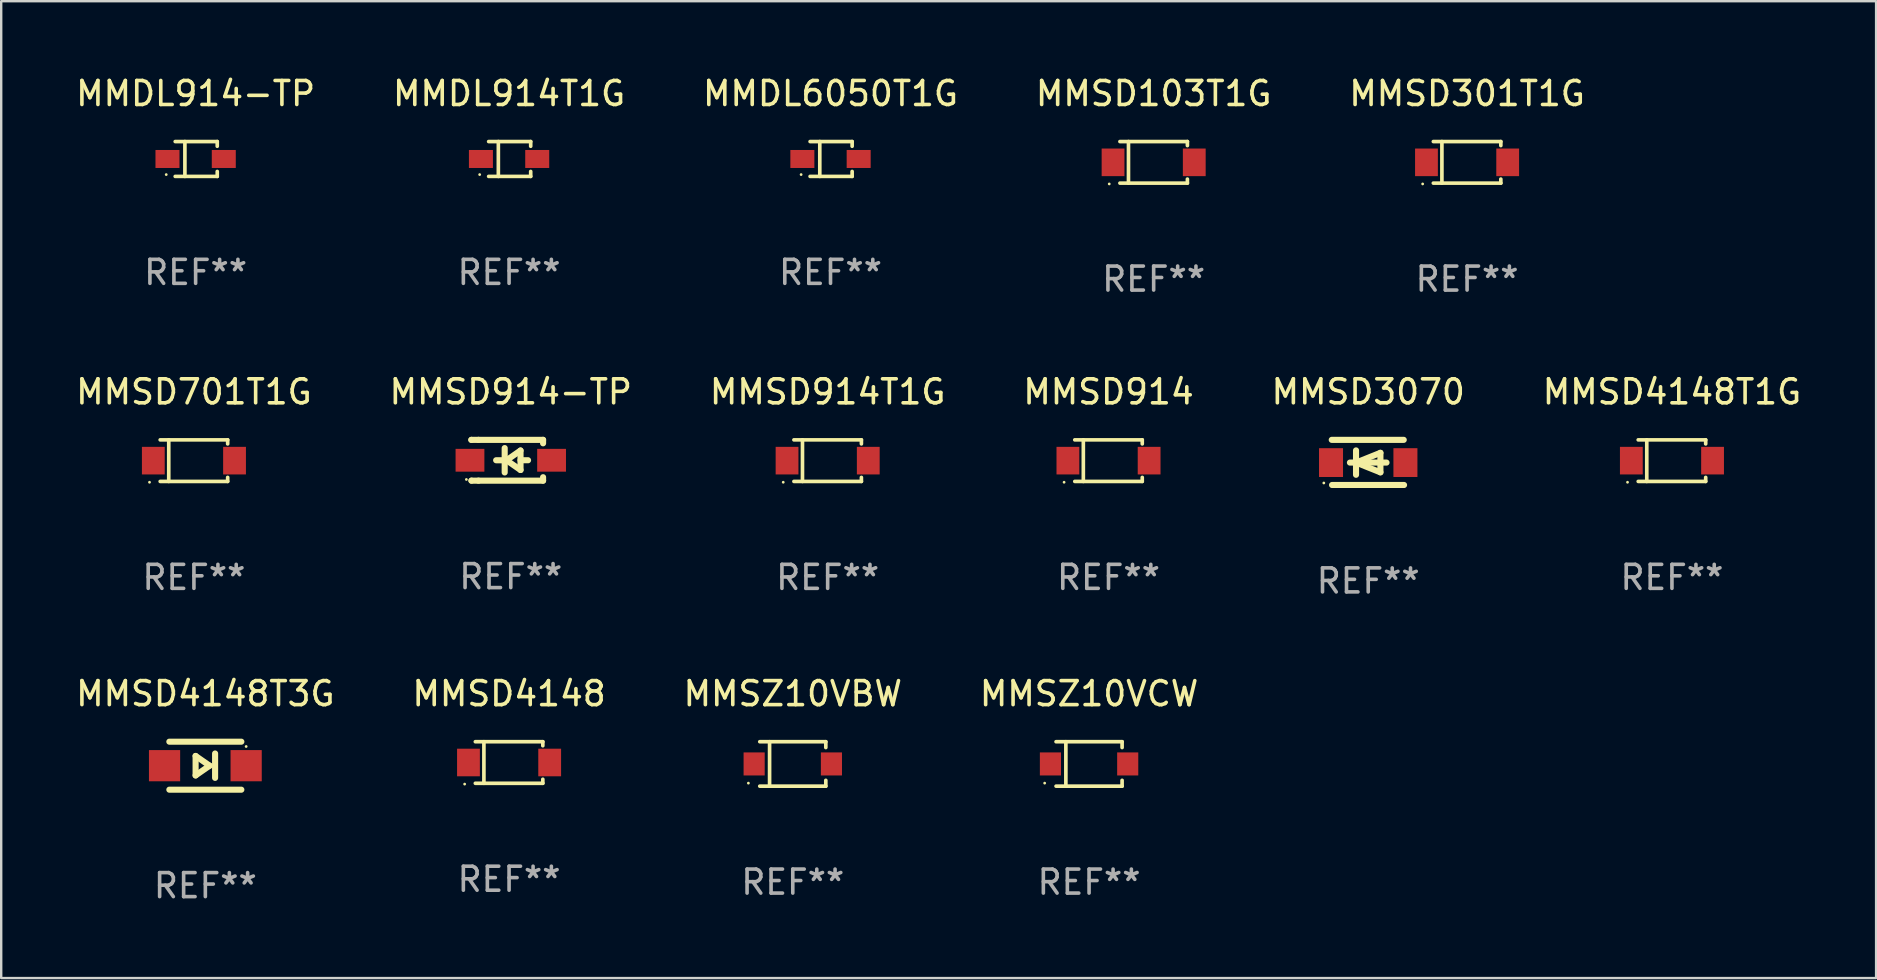
<source format=kicad_pcb>
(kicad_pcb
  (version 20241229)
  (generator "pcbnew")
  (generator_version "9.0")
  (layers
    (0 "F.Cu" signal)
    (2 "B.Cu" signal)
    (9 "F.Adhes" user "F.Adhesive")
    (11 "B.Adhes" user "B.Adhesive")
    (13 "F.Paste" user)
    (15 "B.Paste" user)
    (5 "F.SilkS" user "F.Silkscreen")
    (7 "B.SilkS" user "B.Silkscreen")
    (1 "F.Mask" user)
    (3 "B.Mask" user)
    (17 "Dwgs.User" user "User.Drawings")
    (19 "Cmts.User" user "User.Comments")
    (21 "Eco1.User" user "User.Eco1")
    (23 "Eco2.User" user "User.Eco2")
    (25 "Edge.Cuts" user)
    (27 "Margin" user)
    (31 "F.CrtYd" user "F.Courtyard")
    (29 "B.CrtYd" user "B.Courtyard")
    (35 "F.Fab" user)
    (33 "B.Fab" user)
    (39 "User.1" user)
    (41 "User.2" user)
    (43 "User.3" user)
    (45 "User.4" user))
  (footprint "MMDL914-TP"
    (layer "F.Cu")
    (at 5.101 3.574)
    (property "Reference" "MMDL914-TP" (at 0 -2.726 0) (layer "F.SilkS") (effects (font (size 1 1) (thickness 0.15))))
    (attr through_hole)
    (fp_line (start -0.851 -0.726) (end 0.901 -0.726) (stroke (width 0.152) (type solid)) (layer "F.SilkS"))
    (fp_line (start -0.851 0.726) (end 0.901 0.726) (stroke (width 0.152) (type solid)) (layer "F.SilkS"))
    (fp_line (start -0.447 -0.726) (end -0.447 0.726) (stroke (width 0.152) (type solid)) (layer "F.SilkS"))
    (fp_line (start 0.901 -0.726) (end 0.901 -0.53) (stroke (width 0.152) (type solid)) (layer "F.SilkS"))
    (fp_line (start 0.901 0.726) (end 0.901 0.52) (stroke (width 0.152) (type solid)) (layer "F.SilkS"))
    (fp_circle (center -1.225 0.65) (end -1.195 0.65) (stroke (width 0.06) (type solid)) (fill no) (layer "F.SilkS"))
    (fp_text user "REF**" (at 0 4.726 0) (layer "F.Fab") (effects (font (size 1 1) (thickness 0.15))))
    (pad "1" smd rect (at -1.173 0) (size 1 0.75) (layers "F.Cu" "F.Mask" "F.Paste"))
    (pad "2" smd rect (at 1.173 0) (size 1 0.75) (layers "F.Cu" "F.Mask" "F.Paste")))
  (footprint "MMSD701T1G"
    (layer "F.Cu")
    (at 5.03 16.143)
    (property "Reference" "MMSD701T1G" (at 0 -2.866 0) (layer "F.SilkS") (effects (font (size 1 1) (thickness 0.15))))
    (attr through_hole)
    (fp_line (start -1.406 -0.866) (end 1.406 -0.866) (stroke (width 0.152) (type solid)) (layer "F.SilkS"))
    (fp_line (start -1.406 0.866) (end 1.406 0.866) (stroke (width 0.152) (type solid)) (layer "F.SilkS"))
    (fp_line (start -1.049 -0.866) (end -1.049 0.866) (stroke (width 0.152) (type solid)) (layer "F.SilkS"))
    (fp_line (start 1.406 -0.866) (end 1.406 -0.698) (stroke (width 0.152) (type solid)) (layer "F.SilkS"))
    (fp_line (start 1.406 0.866) (end 1.406 0.698) (stroke (width 0.152) (type solid)) (layer "F.SilkS"))
    (fp_circle (center -1.851 0.9) (end -1.821 0.9) (stroke (width 0.06) (type solid)) (fill no) (layer "F.SilkS"))
    (fp_text user "REF**" (at 0 4.866 0) (layer "F.Fab") (effects (font (size 1 1) (thickness 0.15))))
    (pad "1" smd rect (at -1.692 0) (size 0.95 1.15) (layers "F.Cu" "F.Mask" "F.Paste"))
    (pad "2" smd rect (at 1.692 0) (size 0.95 1.15) (layers "F.Cu" "F.Mask" "F.Paste")))
  (footprint "MMSD4148"
    (layer "F.Cu")
    (at 18.161 28.72)
    (property "Reference" "MMSD4148" (at 0 -2.866 0) (layer "F.SilkS") (effects (font (size 1 1) (thickness 0.15))))
    (attr through_hole)
    (fp_line (start -1.406 -0.866) (end 1.406 -0.866) (stroke (width 0.152) (type solid)) (layer "F.SilkS"))
    (fp_line (start -1.406 0.866) (end 1.406 0.866) (stroke (width 0.152) (type solid)) (layer "F.SilkS"))
    (fp_line (start -1.049 -0.866) (end -1.049 0.866) (stroke (width 0.152) (type solid)) (layer "F.SilkS"))
    (fp_line (start 1.406 -0.866) (end 1.406 -0.698) (stroke (width 0.152) (type solid)) (layer "F.SilkS"))
    (fp_line (start 1.406 0.866) (end 1.406 0.698) (stroke (width 0.152) (type solid)) (layer "F.SilkS"))
    (fp_circle (center -1.851 0.9) (end -1.821 0.9) (stroke (width 0.06) (type solid)) (fill no) (layer "F.SilkS"))
    (fp_text user "REF**" (at 0 4.866 0) (layer "F.Fab") (effects (font (size 1 1) (thickness 0.15))))
    (pad "1" smd rect (at -1.692 0) (size 0.95 1.15) (layers "F.Cu" "F.Mask" "F.Paste"))
    (pad "2" smd rect (at 1.692 0) (size 0.95 1.15) (layers "F.Cu" "F.Mask" "F.Paste")))
  (footprint "MMSD301T1G"
    (layer "F.Cu")
    (at 58.077 3.714)
    (property "Reference" "MMSD301T1G" (at 0 -2.866 0) (layer "F.SilkS") (effects (font (size 1 1) (thickness 0.15))))
    (attr through_hole)
    (fp_line (start -1.406 -0.866) (end 1.406 -0.866) (stroke (width 0.152) (type solid)) (layer "F.SilkS"))
    (fp_line (start -1.406 0.866) (end 1.406 0.866) (stroke (width 0.152) (type solid)) (layer "F.SilkS"))
    (fp_line (start -1.049 -0.866) (end -1.049 0.866) (stroke (width 0.152) (type solid)) (layer "F.SilkS"))
    (fp_line (start 1.406 -0.866) (end 1.406 -0.698) (stroke (width 0.152) (type solid)) (layer "F.SilkS"))
    (fp_line (start 1.406 0.866) (end 1.406 0.698) (stroke (width 0.152) (type solid)) (layer "F.SilkS"))
    (fp_circle (center -1.851 0.9) (end -1.821 0.9) (stroke (width 0.06) (type solid)) (fill no) (layer "F.SilkS"))
    (fp_text user "REF**" (at 0 4.866 0) (layer "F.Fab") (effects (font (size 1 1) (thickness 0.15))))
    (pad "1" smd rect (at -1.692 0) (size 0.95 1.15) (layers "F.Cu" "F.Mask" "F.Paste"))
    (pad "2" smd rect (at 1.692 0) (size 0.95 1.15) (layers "F.Cu" "F.Mask" "F.Paste")))
  (footprint "MMDL6050T1G"
    (layer "F.Cu")
    (at 31.554 3.574)
    (property "Reference" "MMDL6050T1G" (at 0 -2.726 0) (layer "F.SilkS") (effects (font (size 1 1) (thickness 0.15))))
    (attr through_hole)
    (fp_line (start -0.851 -0.726) (end 0.901 -0.726) (stroke (width 0.152) (type solid)) (layer "F.SilkS"))
    (fp_line (start -0.851 0.726) (end 0.901 0.726) (stroke (width 0.152) (type solid)) (layer "F.SilkS"))
    (fp_line (start -0.447 -0.726) (end -0.447 0.726) (stroke (width 0.152) (type solid)) (layer "F.SilkS"))
    (fp_line (start 0.901 -0.726) (end 0.901 -0.53) (stroke (width 0.152) (type solid)) (layer "F.SilkS"))
    (fp_line (start 0.901 0.726) (end 0.901 0.52) (stroke (width 0.152) (type solid)) (layer "F.SilkS"))
    (fp_circle (center -1.225 0.65) (end -1.195 0.65) (stroke (width 0.06) (type solid)) (fill no) (layer "F.SilkS"))
    (fp_text user "REF**" (at 0 4.726 0) (layer "F.Fab") (effects (font (size 1 1) (thickness 0.15))))
    (pad "1" smd rect (at -1.173 0) (size 1 0.75) (layers "F.Cu" "F.Mask" "F.Paste"))
    (pad "2" smd rect (at 1.173 0) (size 1 0.75) (layers "F.Cu" "F.Mask" "F.Paste")))
  (footprint "MMSD3070"
    (layer "F.Cu")
    (at 53.958 16.217)
    (property "Reference" "MMSD3070" (at 0 -2.94 0) (layer "F.SilkS") (effects (font (size 1 1) (thickness 0.15))))
    (attr through_hole)
    (fp_line (start -1.52 -0.94) (end 1.48 -0.94) (stroke (width 0.254) (type solid)) (layer "F.SilkS"))
    (fp_line (start -1.507 0.94) (end 1.493 0.94) (stroke (width 0.254) (type solid)) (layer "F.SilkS"))
    (fp_line (start -0.762 0.007) (end 0.762 0.007) (stroke (width 0.254) (type solid)) (layer "F.SilkS"))
    (fp_line (start -0.508 -0.501) (end -0.508 0.515) (stroke (width 0.254) (type solid)) (layer "F.SilkS"))
    (fp_line (start -0.508 0.007) (end 0.508 -0.4) (stroke (width 0.254) (type solid)) (layer "F.SilkS"))
    (fp_line (start 0.508 -0.4) (end 0.508 0.413) (stroke (width 0.254) (type solid)) (layer "F.SilkS"))
    (fp_line (start 0.508 0.413) (end -0.508 0.007) (stroke (width 0.254) (type solid)) (layer "F.SilkS"))
    (fp_circle (center -1.85 0.857) (end -1.82 0.857) (stroke (width 0.06) (type solid)) (fill no) (layer "F.SilkS"))
    (fp_text user "REF**" (at 0 4.94 0) (layer "F.Fab") (effects (font (size 1 1) (thickness 0.15))))
    (pad "1" smd rect (at -1.55 0.007) (size 1 1.2) (layers "F.Cu" "F.Mask" "F.Paste"))
    (pad "2" smd rect (at 1.55 0.007) (size 1 1.2) (layers "F.Cu" "F.Mask" "F.Paste")))
  (footprint "MMSZ10VCW"
    (layer "F.Cu")
    (at 42.327 28.78)
    (property "Reference" "MMSZ10VCW" (at 0 -2.926 0) (layer "F.SilkS") (effects (font (size 1 1) (thickness 0.15))))
    (attr through_hole)
    (fp_line (start -1.376 -0.926) (end 1.376 -0.926) (stroke (width 0.152) (type solid)) (layer "F.SilkS"))
    (fp_line (start -1.376 0.926) (end 1.376 0.926) (stroke (width 0.152) (type solid)) (layer "F.SilkS"))
    (fp_line (start -0.967 -0.926) (end -0.967 0.926) (stroke (width 0.152) (type solid)) (layer "F.SilkS"))
    (fp_line (start 1.376 -0.926) (end 1.376 -0.683) (stroke (width 0.152) (type solid)) (layer "F.SilkS"))
    (fp_line (start 1.376 0.926) (end 1.376 0.683) (stroke (width 0.152) (type solid)) (layer "F.SilkS"))
    (fp_circle (center -1.85 0.8) (end -1.82 0.8) (stroke (width 0.06) (type solid)) (fill no) (layer "F.SilkS"))
    (fp_text user "REF**" (at 0 4.926 0) (layer "F.Fab") (effects (font (size 1 1) (thickness 0.15))))
    (pad "1" smd rect (at -1.61 0) (size 0.88 0.96) (layers "F.Cu" "F.Mask" "F.Paste"))
    (pad "2" smd rect (at 1.61 0) (size 0.88 0.96) (layers "F.Cu" "F.Mask" "F.Paste")))
  (footprint "MMSD4148T1G"
    (layer "F.Cu")
    (at 66.613 16.143)
    (property "Reference" "MMSD4148T1G" (at 0 -2.866 0) (layer "F.SilkS") (effects (font (size 1 1) (thickness 0.15))))
    (attr through_hole)
    (fp_line (start -1.406 -0.866) (end 1.406 -0.866) (stroke (width 0.152) (type solid)) (layer "F.SilkS"))
    (fp_line (start -1.406 0.866) (end 1.406 0.866) (stroke (width 0.152) (type solid)) (layer "F.SilkS"))
    (fp_line (start -1.049 -0.866) (end -1.049 0.866) (stroke (width 0.152) (type solid)) (layer "F.SilkS"))
    (fp_line (start 1.406 -0.866) (end 1.406 -0.698) (stroke (width 0.152) (type solid)) (layer "F.SilkS"))
    (fp_line (start 1.406 0.866) (end 1.406 0.698) (stroke (width 0.152) (type solid)) (layer "F.SilkS"))
    (fp_circle (center -1.851 0.9) (end -1.821 0.9) (stroke (width 0.06) (type solid)) (fill no) (layer "F.SilkS"))
    (fp_text user "REF**" (at 0 4.866 0) (layer "F.Fab") (effects (font (size 1 1) (thickness 0.15))))
    (pad "1" smd rect (at -1.692 0) (size 0.95 1.15) (layers "F.Cu" "F.Mask" "F.Paste"))
    (pad "2" smd rect (at 1.692 0) (size 0.95 1.15) (layers "F.Cu" "F.Mask" "F.Paste")))
  (footprint "MMDL914T1G"
    (layer "F.Cu")
    (at 18.161 3.574)
    (property "Reference" "MMDL914T1G" (at 0 -2.726 0) (layer "F.SilkS") (effects (font (size 1 1) (thickness 0.15))))
    (attr through_hole)
    (fp_line (start -0.851 -0.726) (end 0.901 -0.726) (stroke (width 0.152) (type solid)) (layer "F.SilkS"))
    (fp_line (start -0.851 0.726) (end 0.901 0.726) (stroke (width 0.152) (type solid)) (layer "F.SilkS"))
    (fp_line (start -0.447 -0.726) (end -0.447 0.726) (stroke (width 0.152) (type solid)) (layer "F.SilkS"))
    (fp_line (start 0.901 -0.726) (end 0.901 -0.53) (stroke (width 0.152) (type solid)) (layer "F.SilkS"))
    (fp_line (start 0.901 0.726) (end 0.901 0.52) (stroke (width 0.152) (type solid)) (layer "F.SilkS"))
    (fp_circle (center -1.225 0.65) (end -1.195 0.65) (stroke (width 0.06) (type solid)) (fill no) (layer "F.SilkS"))
    (fp_text user "REF**" (at 0 4.726 0) (layer "F.Fab") (effects (font (size 1 1) (thickness 0.15))))
    (pad "1" smd rect (at -1.173 0) (size 1 0.75) (layers "F.Cu" "F.Mask" "F.Paste"))
    (pad "2" smd rect (at 1.173 0) (size 1 0.75) (layers "F.Cu" "F.Mask" "F.Paste")))
  (footprint "MMSD914"
    (layer "F.Cu")
    (at 43.137 16.143)
    (property "Reference" "MMSD914" (at 0 -2.866 0) (layer "F.SilkS") (effects (font (size 1 1) (thickness 0.15))))
    (attr through_hole)
    (fp_line (start -1.406 -0.866) (end 1.406 -0.866) (stroke (width 0.152) (type solid)) (layer "F.SilkS"))
    (fp_line (start -1.406 0.866) (end 1.406 0.866) (stroke (width 0.152) (type solid)) (layer "F.SilkS"))
    (fp_line (start -1.049 -0.866) (end -1.049 0.866) (stroke (width 0.152) (type solid)) (layer "F.SilkS"))
    (fp_line (start 1.406 -0.866) (end 1.406 -0.698) (stroke (width 0.152) (type solid)) (layer "F.SilkS"))
    (fp_line (start 1.406 0.866) (end 1.406 0.698) (stroke (width 0.152) (type solid)) (layer "F.SilkS"))
    (fp_circle (center -1.851 0.9) (end -1.821 0.9) (stroke (width 0.06) (type solid)) (fill no) (layer "F.SilkS"))
    (fp_text user "REF**" (at 0 4.866 0) (layer "F.Fab") (effects (font (size 1 1) (thickness 0.15))))
    (pad "1" smd rect (at -1.692 0) (size 0.95 1.15) (layers "F.Cu" "F.Mask" "F.Paste"))
    (pad "2" smd rect (at 1.692 0) (size 0.95 1.15) (layers "F.Cu" "F.Mask" "F.Paste")))
  (footprint "MMSD4148T3G"
    (layer "F.Cu")
    (at 5.506 28.853)
    (property "Reference" "MMSD4148T3G" (at 0 -3 0) (layer "F.SilkS") (effects (font (size 1 1) (thickness 0.15))))
    (attr through_hole)
    (fp_line (start -1.5 -1) (end 1.5 -1) (stroke (width 0.254) (type solid)) (layer "F.SilkS"))
    (fp_line (start -0.406 -0.406) (end 0.178 0) (stroke (width 0.254) (type solid)) (layer "F.SilkS"))
    (fp_line (start -0.406 0.406) (end -0.406 -0.406) (stroke (width 0.254) (type solid)) (layer "F.SilkS"))
    (fp_line (start 0.178 0) (end -0.406 0.406) (stroke (width 0.254) (type solid)) (layer "F.SilkS"))
    (fp_line (start 0.406 0.508) (end 0.406 -0.508) (stroke (width 0.254) (type solid)) (layer "F.SilkS"))
    (fp_line (start 1.5 1) (end -1.5 1) (stroke (width 0.254) (type solid)) (layer "F.SilkS"))
    (fp_circle (center 1.7 -0.8) (end 1.73 -0.8) (stroke (width 0.06) (type solid)) (fill no) (layer "F.SilkS"))
    (fp_text user "REF**" (at 0 5 0) (layer "F.Fab") (effects (font (size 1 1) (thickness 0.15))))
    (pad "1" smd rect (at 1.7 0 180) (size 1.3 1.3) (layers "F.Cu" "F.Mask" "F.Paste"))
    (pad "2" smd rect (at -1.7 0 180) (size 1.3 1.3) (layers "F.Cu" "F.Mask" "F.Paste")))
  (footprint "MMSD914-TP"
    (layer "F.Cu")
    (at 18.232 16.127)
    (property "Reference" "MMSD914-TP" (at 0 -2.85 0) (layer "F.SilkS") (effects (font (size 1 1) (thickness 0.15))))
    (attr through_hole)
    (fp_line (start -1.643 -0.85) (end -1.644 -0.849) (stroke (width 0.254) (type solid)) (layer "F.SilkS"))
    (fp_line (start -1.638 0.85) (end -1.639 0.849) (stroke (width 0.254) (type solid)) (layer "F.SilkS"))
    (fp_line (start -1.346 -0.85) (end -1.643 -0.85) (stroke (width 0.254) (type solid)) (layer "F.SilkS"))
    (fp_line (start -1.346 -0.85) (end 1.346 -0.85) (stroke (width 0.254) (type solid)) (layer "F.SilkS"))
    (fp_line (start -1.346 0.85) (end -1.638 0.85) (stroke (width 0.254) (type solid)) (layer "F.SilkS"))
    (fp_line (start -0.28 0) (end -0.61 0) (stroke (width 0.254) (type solid)) (layer "F.SilkS"))
    (fp_line (start -0.254 -0.508) (end -0.254 0.508) (stroke (width 0.254) (type solid)) (layer "F.SilkS"))
    (fp_line (start -0.178 0) (end 0.406 -0.406) (stroke (width 0.254) (type solid)) (layer "F.SilkS"))
    (fp_line (start 0.406 -0.406) (end 0.406 0.406) (stroke (width 0.254) (type solid)) (layer "F.SilkS"))
    (fp_line (start 0.406 -0.000254) (end 0.72 -0.000254) (stroke (width 0.254) (type solid)) (layer "F.SilkS"))
    (fp_line (start 0.406 0.406) (end -0.178 0) (stroke (width 0.254) (type solid)) (layer "F.SilkS"))
    (fp_line (start 1.346 -0.85) (end 1.346 -0.706) (stroke (width 0.254) (type solid)) (layer "F.SilkS"))
    (fp_line (start 1.346 0.706) (end 1.346 0.85) (stroke (width 0.254) (type solid)) (layer "F.SilkS"))
    (fp_line (start 1.346 0.85) (end -1.346 0.85) (stroke (width 0.254) (type solid)) (layer "F.SilkS"))
    (fp_circle (center -1.85 0.8) (end -1.82 0.8) (stroke (width 0.06) (type solid)) (fill no) (layer "F.SilkS"))
    (fp_text user "REF**" (at 0 4.85 0) (layer "F.Fab") (effects (font (size 1 1) (thickness 0.15))))
    (pad "1" smd rect (at -1.7 0) (size 1.2 0.95) (layers "F.Cu" "F.Mask" "F.Paste"))
    (pad "2" smd rect (at 1.7 0) (size 1.2 0.95) (layers "F.Cu" "F.Mask" "F.Paste")))
  (footprint "MMSD914T1G"
    (layer "F.Cu")
    (at 31.435 16.143)
    (property "Reference" "MMSD914T1G" (at 0 -2.866 0) (layer "F.SilkS") (effects (font (size 1 1) (thickness 0.15))))
    (attr through_hole)
    (fp_line (start -1.406 -0.866) (end 1.406 -0.866) (stroke (width 0.152) (type solid)) (layer "F.SilkS"))
    (fp_line (start -1.406 0.866) (end 1.406 0.866) (stroke (width 0.152) (type solid)) (layer "F.SilkS"))
    (fp_line (start -1.049 -0.866) (end -1.049 0.866) (stroke (width 0.152) (type solid)) (layer "F.SilkS"))
    (fp_line (start 1.406 -0.866) (end 1.406 -0.698) (stroke (width 0.152) (type solid)) (layer "F.SilkS"))
    (fp_line (start 1.406 0.866) (end 1.406 0.698) (stroke (width 0.152) (type solid)) (layer "F.SilkS"))
    (fp_circle (center -1.851 0.9) (end -1.821 0.9) (stroke (width 0.06) (type solid)) (fill no) (layer "F.SilkS"))
    (fp_text user "REF**" (at 0 4.866 0) (layer "F.Fab") (effects (font (size 1 1) (thickness 0.15))))
    (pad "1" smd rect (at -1.692 0) (size 0.95 1.15) (layers "F.Cu" "F.Mask" "F.Paste"))
    (pad "2" smd rect (at 1.692 0) (size 0.95 1.15) (layers "F.Cu" "F.Mask" "F.Paste")))
  (footprint "MMSZ10VBW"
    (layer "F.Cu")
    (at 29.982 28.78)
    (property "Reference" "MMSZ10VBW" (at 0 -2.926 0) (layer "F.SilkS") (effects (font (size 1 1) (thickness 0.15))))
    (attr through_hole)
    (fp_line (start -1.376 -0.926) (end 1.376 -0.926) (stroke (width 0.152) (type solid)) (layer "F.SilkS"))
    (fp_line (start -1.376 0.926) (end 1.376 0.926) (stroke (width 0.152) (type solid)) (layer "F.SilkS"))
    (fp_line (start -0.967 -0.926) (end -0.967 0.926) (stroke (width 0.152) (type solid)) (layer "F.SilkS"))
    (fp_line (start 1.376 -0.926) (end 1.376 -0.683) (stroke (width 0.152) (type solid)) (layer "F.SilkS"))
    (fp_line (start 1.376 0.926) (end 1.376 0.683) (stroke (width 0.152) (type solid)) (layer "F.SilkS"))
    (fp_circle (center -1.85 0.8) (end -1.82 0.8) (stroke (width 0.06) (type solid)) (fill no) (layer "F.SilkS"))
    (fp_text user "REF**" (at 0 4.926 0) (layer "F.Fab") (effects (font (size 1 1) (thickness 0.15))))
    (pad "1" smd rect (at -1.61 0) (size 0.88 0.96) (layers "F.Cu" "F.Mask" "F.Paste"))
    (pad "2" smd rect (at 1.61 0) (size 0.88 0.96) (layers "F.Cu" "F.Mask" "F.Paste")))
  (footprint "MMSD103T1G"
    (layer "F.Cu")
    (at 45.018 3.714)
    (property "Reference" "MMSD103T1G" (at 0 -2.866 0) (layer "F.SilkS") (effects (font (size 1 1) (thickness 0.15))))
    (attr through_hole)
    (fp_line (start -1.406 -0.866) (end 1.406 -0.866) (stroke (width 0.152) (type solid)) (layer "F.SilkS"))
    (fp_line (start -1.406 0.866) (end 1.406 0.866) (stroke (width 0.152) (type solid)) (layer "F.SilkS"))
    (fp_line (start -1.049 -0.866) (end -1.049 0.866) (stroke (width 0.152) (type solid)) (layer "F.SilkS"))
    (fp_line (start 1.406 -0.866) (end 1.406 -0.698) (stroke (width 0.152) (type solid)) (layer "F.SilkS"))
    (fp_line (start 1.406 0.866) (end 1.406 0.698) (stroke (width 0.152) (type solid)) (layer "F.SilkS"))
    (fp_circle (center -1.851 0.9) (end -1.821 0.9) (stroke (width 0.06) (type solid)) (fill no) (layer "F.SilkS"))
    (fp_text user "REF**" (at 0 4.866 0) (layer "F.Fab") (effects (font (size 1 1) (thickness 0.15))))
    (pad "1" smd rect (at -1.692 0) (size 0.95 1.15) (layers "F.Cu" "F.Mask" "F.Paste"))
    (pad "2" smd rect (at 1.692 0) (size 0.95 1.15) (layers "F.Cu" "F.Mask" "F.Paste")))
  (gr_rect
    (start -3 -3)
    (end 75.119 37.702)
    (stroke (width 0.1) (type default))
    (fill no)
    (layer "Edge.Cuts")))
</source>
